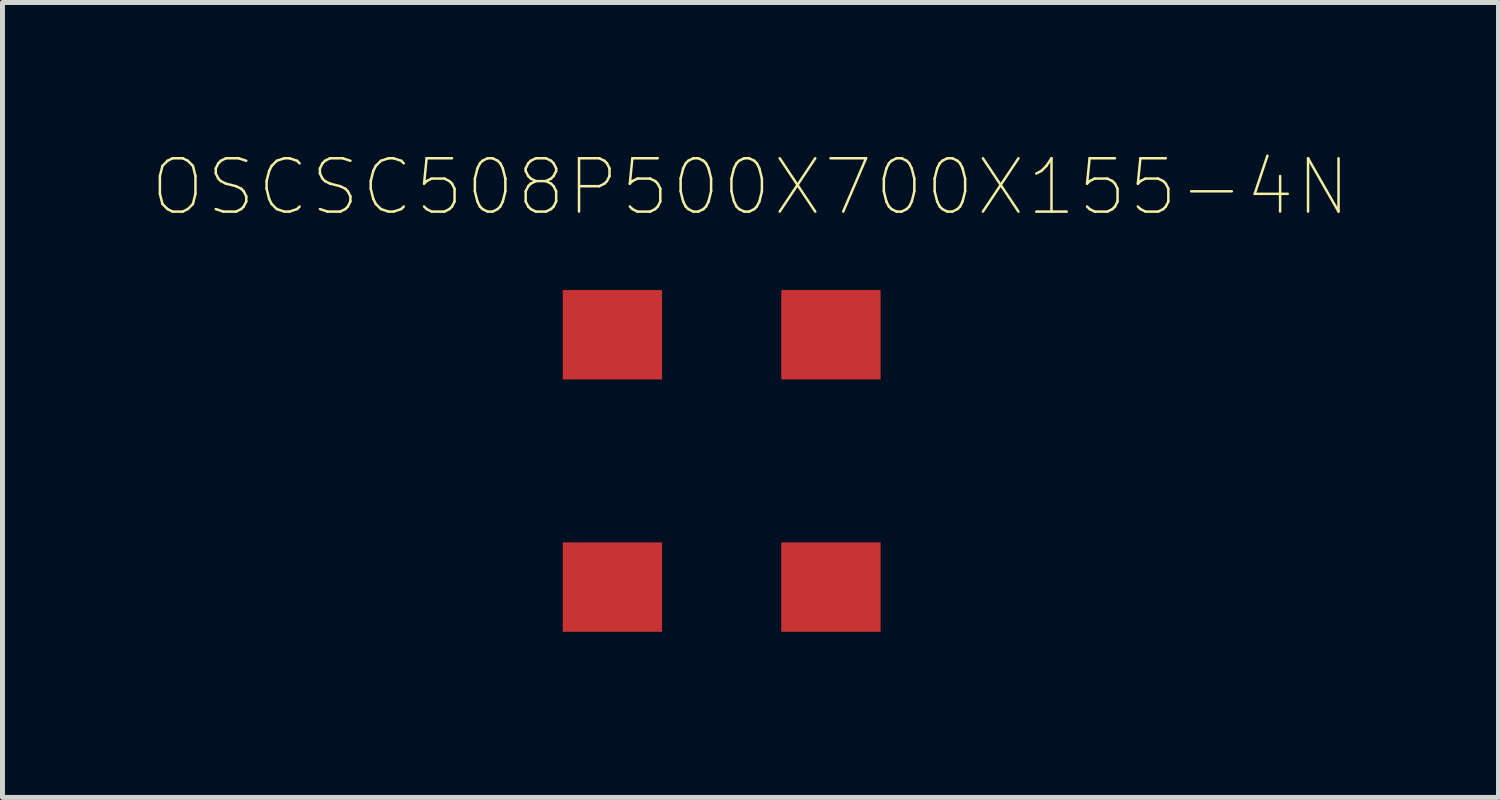
<source format=kicad_pcb>
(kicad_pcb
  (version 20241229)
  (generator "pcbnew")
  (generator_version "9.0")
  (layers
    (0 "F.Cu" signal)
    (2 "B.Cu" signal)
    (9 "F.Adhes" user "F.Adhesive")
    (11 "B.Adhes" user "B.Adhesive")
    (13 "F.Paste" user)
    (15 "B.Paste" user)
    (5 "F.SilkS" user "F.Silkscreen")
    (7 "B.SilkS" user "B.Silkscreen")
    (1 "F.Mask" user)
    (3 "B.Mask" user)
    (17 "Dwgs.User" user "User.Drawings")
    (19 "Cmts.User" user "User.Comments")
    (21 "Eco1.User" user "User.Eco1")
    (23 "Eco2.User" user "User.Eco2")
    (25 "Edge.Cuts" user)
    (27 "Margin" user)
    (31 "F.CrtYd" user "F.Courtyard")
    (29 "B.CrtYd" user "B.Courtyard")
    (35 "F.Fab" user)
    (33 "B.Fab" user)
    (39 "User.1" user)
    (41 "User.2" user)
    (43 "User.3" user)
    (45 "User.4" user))
  (footprint "OSCSC508P500X700X155-4N"
    (layer "F.Cu")
    (at 11.48 6.23)
    (property "Reference" "OSCSC508P500X700X155-4N" (at 0.58 -5.514 0) (layer "F.SilkS") (effects (font (size 1.074 1.074) (thickness 0.05))))
    (attr smd)
    (fp_line (start -3.45 -3.75) (end 3.45 -3.75) (stroke (width 0.05) (type solid)) (layer "Eco1.User"))
    (fp_line (start -3.45 3.75) (end -3.45 -3.75) (stroke (width 0.05) (type solid)) (layer "Eco1.User"))
    (fp_line (start 3.45 -3.75) (end 3.45 3.75) (stroke (width 0.05) (type solid)) (layer "Eco1.User"))
    (fp_line (start 3.45 3.75) (end -3.45 3.75) (stroke (width 0.05) (type solid)) (layer "Eco1.User"))
    (pad "1" smd rect (at -2.2 -2.54) (size 2 1.8) (layers "F.Cu" "F.Mask" "F.Paste"))
    (pad "2" smd rect (at -2.2 2.54) (size 2 1.8) (layers "F.Cu" "F.Mask" "F.Paste"))
    (pad "3" smd rect (at 2.2 2.54) (size 2 1.8) (layers "F.Cu" "F.Mask" "F.Paste"))
    (pad "4" smd rect (at 2.2 -2.54) (size 2 1.8) (layers "F.Cu" "F.Mask" "F.Paste")))
  (gr_rect
    (start -3 -3)
    (end 27.12 13.005)
    (stroke (width 0.1) (type default))
    (fill no)
    (layer "Edge.Cuts")))
</source>
